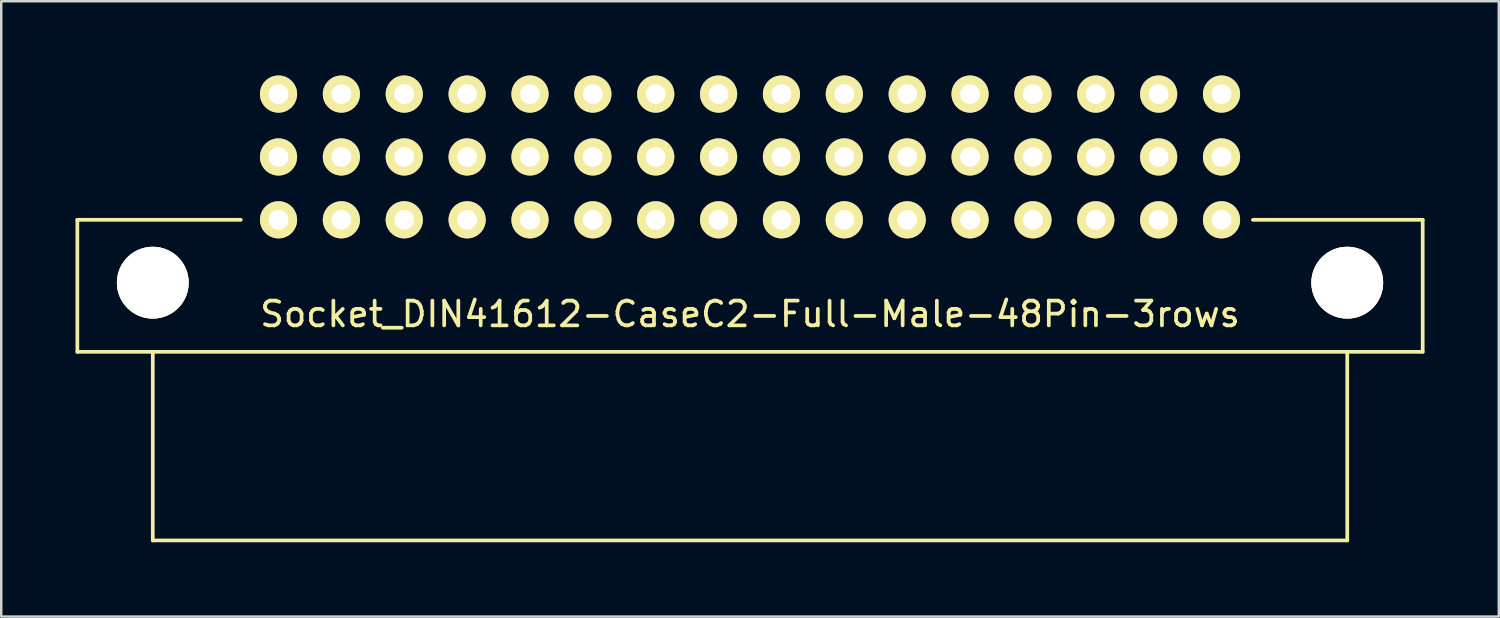
<source format=kicad_pcb>
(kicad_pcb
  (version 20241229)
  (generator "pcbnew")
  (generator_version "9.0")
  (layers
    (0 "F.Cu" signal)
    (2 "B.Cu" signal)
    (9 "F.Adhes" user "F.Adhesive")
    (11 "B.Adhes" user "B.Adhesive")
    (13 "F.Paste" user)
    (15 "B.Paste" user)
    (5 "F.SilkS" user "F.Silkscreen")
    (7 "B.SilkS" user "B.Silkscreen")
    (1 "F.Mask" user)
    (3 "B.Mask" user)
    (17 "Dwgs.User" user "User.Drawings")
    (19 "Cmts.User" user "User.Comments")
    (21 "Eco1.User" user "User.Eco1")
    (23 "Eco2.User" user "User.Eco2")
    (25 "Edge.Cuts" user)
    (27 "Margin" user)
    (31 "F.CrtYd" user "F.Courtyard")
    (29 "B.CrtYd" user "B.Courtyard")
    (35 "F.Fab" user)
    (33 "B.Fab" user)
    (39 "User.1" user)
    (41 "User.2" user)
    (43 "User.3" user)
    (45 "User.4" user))
  (footprint "Socket_DIN41612-CaseC2-Full-Male-48Pin-3rows"
    (layer "F.Cu")
    (at 27.253 3.291)
    (property "Reference" "Socket_DIN41612-CaseC2-Full-Male-48Pin-3rows" (at 0 6.35 0) (layer "F.SilkS") (effects (font (size 1 1) (thickness 0.15))))
    (attr through_hole)
    (fp_line (start -27.178 2.54) (end -20.574 2.54) (stroke (width 0.15) (type solid)) (layer "F.SilkS"))
    (fp_line (start -27.178 7.874) (end -27.178 2.54) (stroke (width 0.15) (type solid)) (layer "F.SilkS"))
    (fp_line (start -24.13 15.494) (end -24.13 7.874) (stroke (width 0.15) (type solid)) (layer "F.SilkS"))
    (fp_line (start 24.13 7.874) (end 24.13 15.494) (stroke (width 0.15) (type solid)) (layer "F.SilkS"))
    (fp_line (start 24.13 15.494) (end -24.13 15.494) (stroke (width 0.15) (type solid)) (layer "F.SilkS"))
    (fp_line (start 27.178 2.54) (end 20.32 2.54) (stroke (width 0.15) (type solid)) (layer "F.SilkS"))
    (fp_line (start 27.178 2.54) (end 27.178 7.874) (stroke (width 0.15) (type solid)) (layer "F.SilkS"))
    (fp_line (start 27.178 7.874) (end -27.178 7.874) (stroke (width 0.15) (type solid)) (layer "F.SilkS"))
    (pad "1" thru_hole circle (at -24.13 5.08) (size 2.901 2.901) (drill 2.901) (layers "*.Cu" "*.Mask" "F.SilkS"))
    (pad "1" thru_hole circle (at 24.13 5.08) (size 2.901 2.901) (drill 2.901) (layers "*.Cu" "*.Mask" "F.SilkS"))
    (pad "1a" thru_hole circle (at 19.05 -2.54 180) (size 1.501 1.501) (drill 0.8) (layers "*.Cu" "*.Mask" "F.SilkS"))
    (pad "1b" thru_hole circle (at 19.05 0 180) (size 1.501 1.501) (drill 0.8) (layers "*.Cu" "*.Mask" "F.SilkS"))
    (pad "1c" thru_hole circle (at 19.05 2.54 180) (size 1.501 1.501) (drill 0.8) (layers "*.Cu" "*.Mask" "F.SilkS"))
    (pad "2a" thru_hole circle (at 16.51 -2.54 180) (size 1.501 1.501) (drill 0.8) (layers "*.Cu" "*.Mask" "F.SilkS"))
    (pad "2b" thru_hole circle (at 16.51 0 180) (size 1.501 1.501) (drill 0.8) (layers "*.Cu" "*.Mask" "F.SilkS"))
    (pad "2c" thru_hole circle (at 16.51 2.54 180) (size 1.501 1.501) (drill 0.8) (layers "*.Cu" "*.Mask" "F.SilkS"))
    (pad "3a" thru_hole circle (at 13.97 -2.54 180) (size 1.501 1.501) (drill 0.8) (layers "*.Cu" "*.Mask" "F.SilkS"))
    (pad "3b" thru_hole circle (at 13.97 0 180) (size 1.501 1.501) (drill 0.8) (layers "*.Cu" "*.Mask" "F.SilkS"))
    (pad "3c" thru_hole circle (at 13.97 2.54 180) (size 1.501 1.501) (drill 0.8) (layers "*.Cu" "*.Mask" "F.SilkS"))
    (pad "4a" thru_hole circle (at 11.43 -2.54 180) (size 1.501 1.501) (drill 0.8) (layers "*.Cu" "*.Mask" "F.SilkS"))
    (pad "4b" thru_hole circle (at 11.43 0 180) (size 1.501 1.501) (drill 0.8) (layers "*.Cu" "*.Mask" "F.SilkS"))
    (pad "4c" thru_hole circle (at 11.43 2.54 180) (size 1.501 1.501) (drill 0.8) (layers "*.Cu" "*.Mask" "F.SilkS"))
    (pad "5a" thru_hole circle (at 8.89 -2.54 180) (size 1.501 1.501) (drill 0.8) (layers "*.Cu" "*.Mask" "F.SilkS"))
    (pad "5b" thru_hole circle (at 8.89 0 180) (size 1.501 1.501) (drill 0.8) (layers "*.Cu" "*.Mask" "F.SilkS"))
    (pad "5c" thru_hole circle (at 8.89 2.54 180) (size 1.501 1.501) (drill 0.8) (layers "*.Cu" "*.Mask" "F.SilkS"))
    (pad "6a" thru_hole circle (at 6.35 -2.54 180) (size 1.501 1.501) (drill 0.8) (layers "*.Cu" "*.Mask" "F.SilkS"))
    (pad "6b" thru_hole circle (at 6.35 0 180) (size 1.501 1.501) (drill 0.8) (layers "*.Cu" "*.Mask" "F.SilkS"))
    (pad "6c" thru_hole circle (at 6.35 2.54 180) (size 1.501 1.501) (drill 0.8) (layers "*.Cu" "*.Mask" "F.SilkS"))
    (pad "7a" thru_hole circle (at 3.81 -2.54 180) (size 1.501 1.501) (drill 0.8) (layers "*.Cu" "*.Mask" "F.SilkS"))
    (pad "7b" thru_hole circle (at 3.81 0 180) (size 1.501 1.501) (drill 0.8) (layers "*.Cu" "*.Mask" "F.SilkS"))
    (pad "7c" thru_hole circle (at 3.81 2.54 180) (size 1.501 1.501) (drill 0.8) (layers "*.Cu" "*.Mask" "F.SilkS"))
    (pad "8a" thru_hole circle (at 1.27 -2.54 180) (size 1.501 1.501) (drill 0.8) (layers "*.Cu" "*.Mask" "F.SilkS"))
    (pad "8b" thru_hole circle (at 1.27 0 180) (size 1.501 1.501) (drill 0.8) (layers "*.Cu" "*.Mask" "F.SilkS"))
    (pad "8c" thru_hole circle (at 1.27 2.54 180) (size 1.501 1.501) (drill 0.8) (layers "*.Cu" "*.Mask" "F.SilkS"))
    (pad "9a" thru_hole circle (at -1.27 -2.54 180) (size 1.501 1.501) (drill 0.8) (layers "*.Cu" "*.Mask" "F.SilkS"))
    (pad "9b" thru_hole circle (at -1.27 0 180) (size 1.501 1.501) (drill 0.8) (layers "*.Cu" "*.Mask" "F.SilkS"))
    (pad "9c" thru_hole circle (at -1.27 2.54 180) (size 1.501 1.501) (drill 0.8) (layers "*.Cu" "*.Mask" "F.SilkS"))
    (pad "10a" thru_hole circle (at -3.81 -2.54 180) (size 1.501 1.501) (drill 0.8) (layers "*.Cu" "*.Mask" "F.SilkS"))
    (pad "10b" thru_hole circle (at -3.81 0 180) (size 1.501 1.501) (drill 0.8) (layers "*.Cu" "*.Mask" "F.SilkS"))
    (pad "10c" thru_hole circle (at -3.81 2.54 180) (size 1.501 1.501) (drill 0.8) (layers "*.Cu" "*.Mask" "F.SilkS"))
    (pad "11a" thru_hole circle (at -6.35 -2.54 180) (size 1.501 1.501) (drill 0.8) (layers "*.Cu" "*.Mask" "F.SilkS"))
    (pad "11b" thru_hole circle (at -6.35 0 180) (size 1.501 1.501) (drill 0.8) (layers "*.Cu" "*.Mask" "F.SilkS"))
    (pad "11c" thru_hole circle (at -6.35 2.54 180) (size 1.501 1.501) (drill 0.8) (layers "*.Cu" "*.Mask" "F.SilkS"))
    (pad "12a" thru_hole circle (at -8.89 -2.54 180) (size 1.501 1.501) (drill 0.8) (layers "*.Cu" "*.Mask" "F.SilkS"))
    (pad "12b" thru_hole circle (at -8.89 0 180) (size 1.501 1.501) (drill 0.8) (layers "*.Cu" "*.Mask" "F.SilkS"))
    (pad "12c" thru_hole circle (at -8.89 2.54 180) (size 1.501 1.501) (drill 0.8) (layers "*.Cu" "*.Mask" "F.SilkS"))
    (pad "13a" thru_hole circle (at -11.43 -2.54 180) (size 1.501 1.501) (drill 0.8) (layers "*.Cu" "*.Mask" "F.SilkS"))
    (pad "13b" thru_hole circle (at -11.43 0 180) (size 1.501 1.501) (drill 0.8) (layers "*.Cu" "*.Mask" "F.SilkS"))
    (pad "13c" thru_hole circle (at -11.43 2.54 180) (size 1.501 1.501) (drill 0.8) (layers "*.Cu" "*.Mask" "F.SilkS"))
    (pad "14a" thru_hole circle (at -13.97 -2.54 180) (size 1.501 1.501) (drill 0.8) (layers "*.Cu" "*.Mask" "F.SilkS"))
    (pad "14b" thru_hole circle (at -13.97 0 180) (size 1.501 1.501) (drill 0.8) (layers "*.Cu" "*.Mask" "F.SilkS"))
    (pad "14c" thru_hole circle (at -13.97 2.54 180) (size 1.501 1.501) (drill 0.8) (layers "*.Cu" "*.Mask" "F.SilkS"))
    (pad "15a" thru_hole circle (at -16.51 -2.54 180) (size 1.501 1.501) (drill 0.8) (layers "*.Cu" "*.Mask" "F.SilkS"))
    (pad "15b" thru_hole circle (at -16.51 0 180) (size 1.501 1.501) (drill 0.8) (layers "*.Cu" "*.Mask" "F.SilkS"))
    (pad "15c" thru_hole circle (at -16.51 2.54 180) (size 1.501 1.501) (drill 0.8) (layers "*.Cu" "*.Mask" "F.SilkS"))
    (pad "16a" thru_hole circle (at -19.05 -2.54 180) (size 1.501 1.501) (drill 0.8) (layers "*.Cu" "*.Mask" "F.SilkS"))
    (pad "16b" thru_hole circle (at -19.05 0 180) (size 1.501 1.501) (drill 0.8) (layers "*.Cu" "*.Mask" "F.SilkS"))
    (pad "16c" thru_hole circle (at -19.05 2.54 180) (size 1.501 1.501) (drill 0.8) (layers "*.Cu" "*.Mask" "F.SilkS")))
  (gr_rect
    (start -3 -3)
    (end 57.506 21.86)
    (stroke (width 0.1) (type default))
    (fill no)
    (layer "Edge.Cuts")))
</source>
